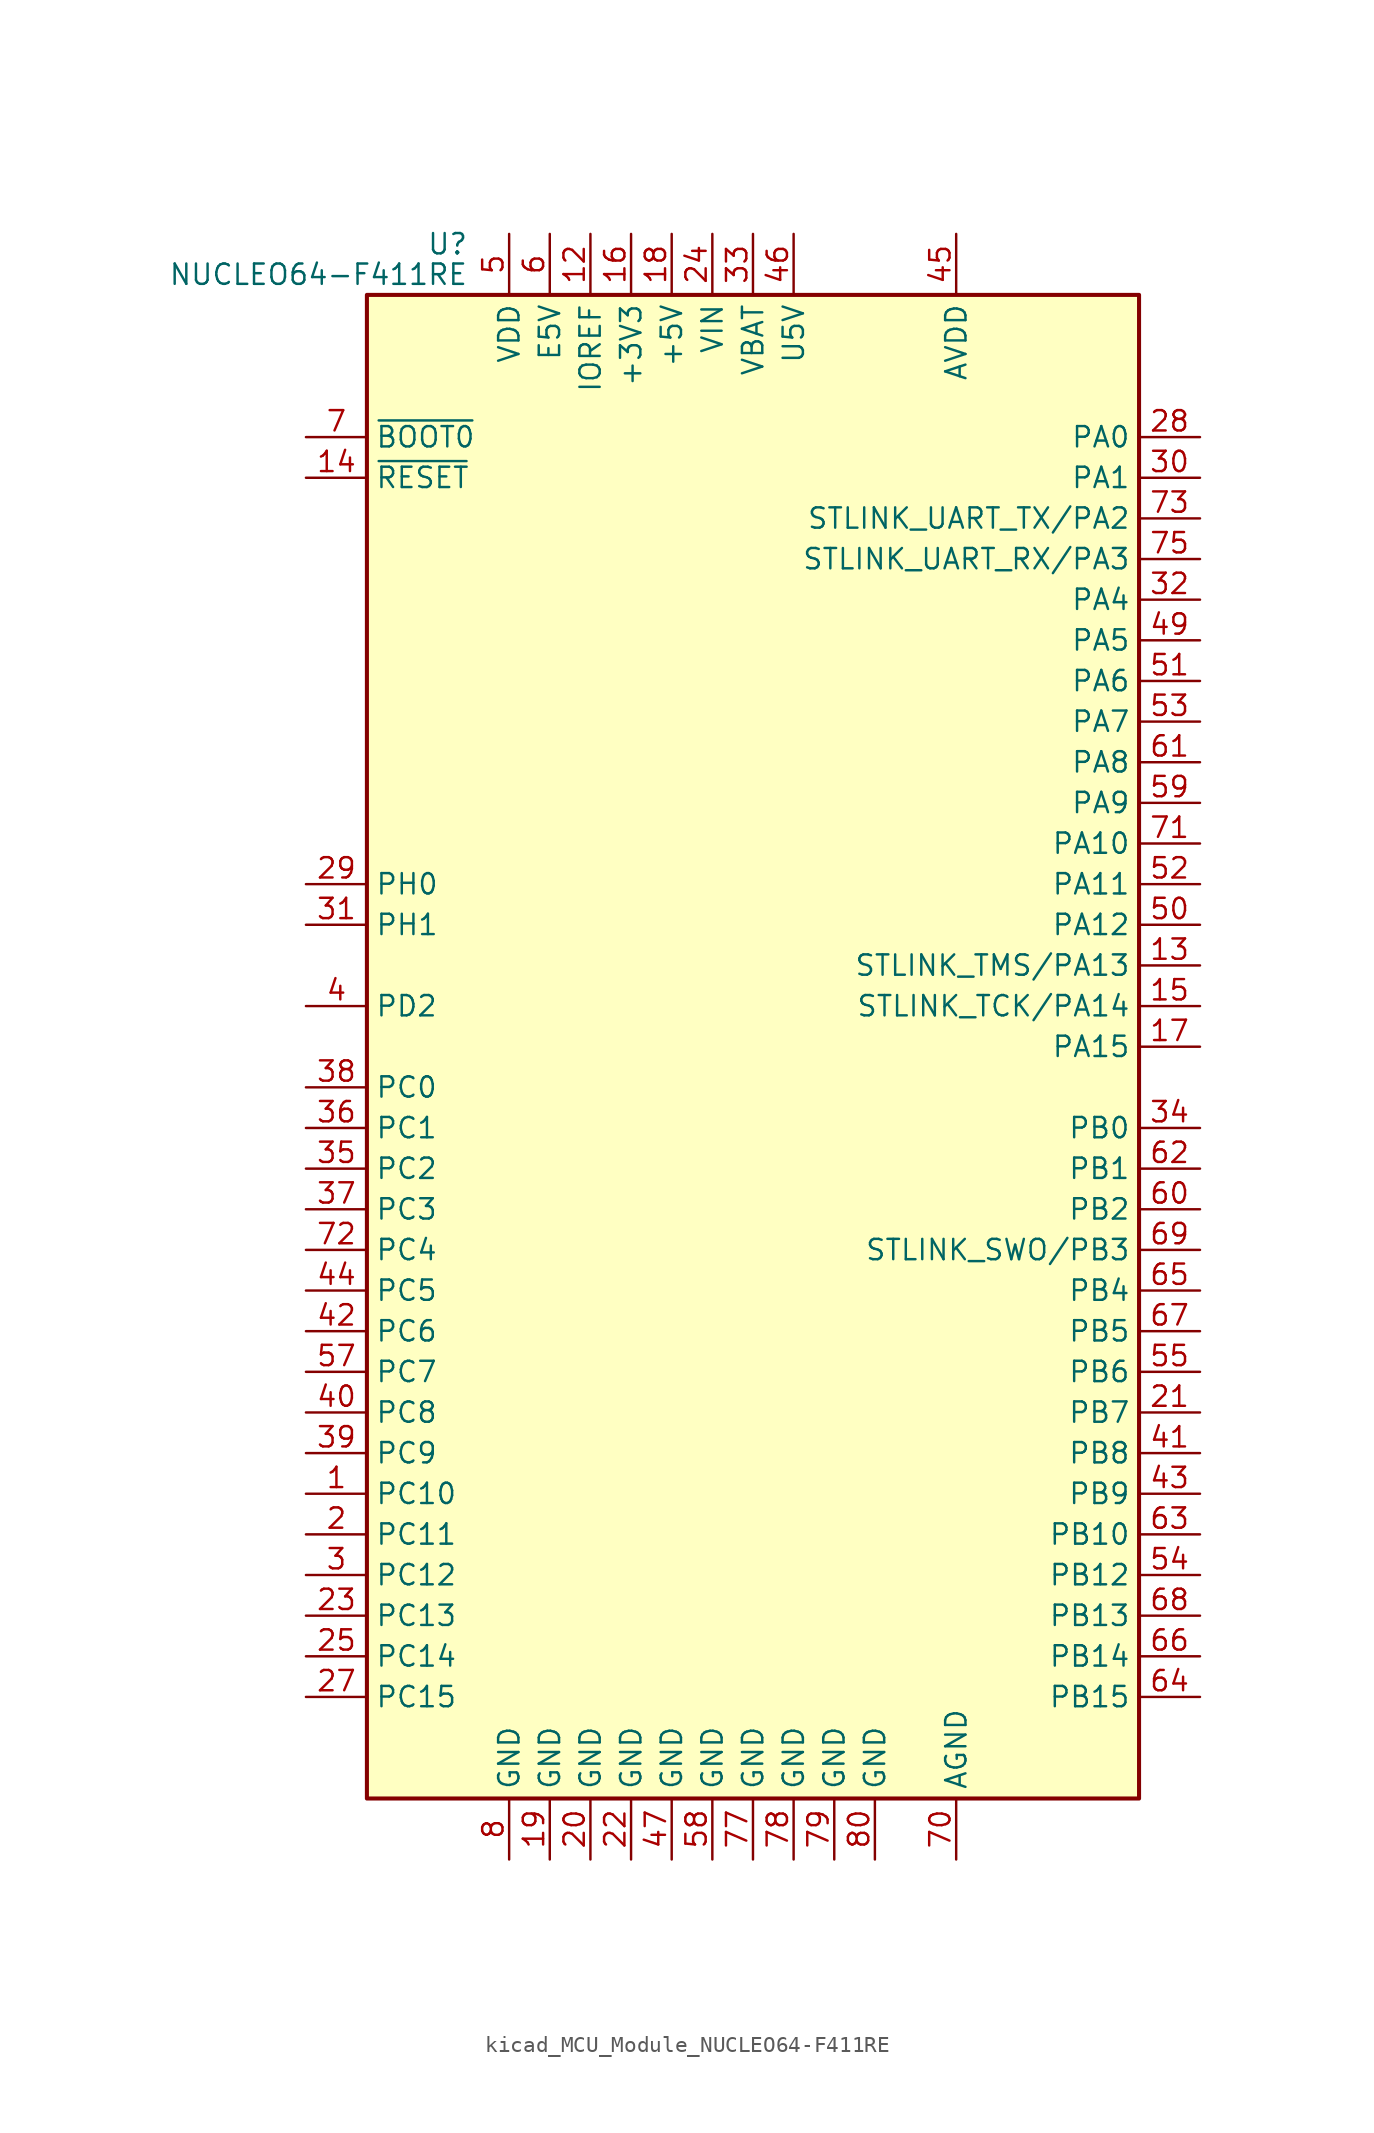
<source format=kicad_sym>
(kicad_symbol_lib
  (version 20220914)
  (generator kicad_symbol_editor)
  (symbol "kicad_MCU_Module_NUCLEO64-F411RE"
    (property "Reference" "U"
      (at -17.78 50.165 0)
      (effects (font (size 1.27 1.27)) (justify right)))
    (property "Value" "NUCLEO64-F411RE"
      (at -17.78 48.26 0)
      (effects (font (size 1.27 1.27)) (justify right)))
    (symbol "kicad_MCU_Module_NUCLEO64-F411RE_0_1"
      (rectangle (start -24.13 -46.99) (end 24.13 46.99) (stroke (width 0.254) (type default)) (fill (type background))))
    (symbol "kicad_MCU_Module_NUCLEO64-F411RE_1_1"
      (pin bidirectional line (at -27.94 -27.94 0) (length 3.81) (name "PC10" (effects (font (size 1.27 1.27)))) (number "1" (effects (font (size 1.27 1.27)))))
      (pin no_connect line (at -24.13 20.32 0) (length 3.81) hide (name "NC" (effects (font (size 1.27 1.27)))) (number "10" (effects (font (size 1.27 1.27)))))
      (pin no_connect line (at -24.13 15.24 0) (length 3.81) hide (name "NC" (effects (font (size 1.27 1.27)))) (number "11" (effects (font (size 1.27 1.27)))))
      (pin power_in line (at -10.16 50.8 270) (length 3.81) (name "IOREF" (effects (font (size 1.27 1.27)))) (number "12" (effects (font (size 1.27 1.27)))))
      (pin bidirectional line (at 27.94 5.08 180) (length 3.81) (name "STLINK_TMS/PA13" (effects (font (size 1.27 1.27)))) (number "13" (effects (font (size 1.27 1.27)))))
      (pin input line (at -27.94 35.56 0) (length 3.81) (name "~{RESET}" (effects (font (size 1.27 1.27)))) (number "14" (effects (font (size 1.27 1.27)))))
      (pin bidirectional line (at 27.94 2.54 180) (length 3.81) (name "STLINK_TCK/PA14" (effects (font (size 1.27 1.27)))) (number "15" (effects (font (size 1.27 1.27)))))
      (pin power_in line (at -7.62 50.8 270) (length 3.81) (name "+3V3" (effects (font (size 1.27 1.27)))) (number "16" (effects (font (size 1.27 1.27)))))
      (pin bidirectional line (at 27.94 0 180) (length 3.81) (name "PA15" (effects (font (size 1.27 1.27)))) (number "17" (effects (font (size 1.27 1.27)))))
      (pin power_in line (at -5.08 50.8 270) (length 3.81) (name "+5V" (effects (font (size 1.27 1.27)))) (number "18" (effects (font (size 1.27 1.27)))))
      (pin power_in line (at -12.7 -50.8 90) (length 3.81) (name "GND" (effects (font (size 1.27 1.27)))) (number "19" (effects (font (size 1.27 1.27)))))
      (pin bidirectional line (at -27.94 -30.48 0) (length 3.81) (name "PC11" (effects (font (size 1.27 1.27)))) (number "2" (effects (font (size 1.27 1.27)))))
      (pin power_in line (at -10.16 -50.8 90) (length 3.81) (name "GND" (effects (font (size 1.27 1.27)))) (number "20" (effects (font (size 1.27 1.27)))))
      (pin bidirectional line (at 27.94 -22.86 180) (length 3.81) (name "PB7" (effects (font (size 1.27 1.27)))) (number "21" (effects (font (size 1.27 1.27)))))
      (pin power_in line (at -7.62 -50.8 90) (length 3.81) (name "GND" (effects (font (size 1.27 1.27)))) (number "22" (effects (font (size 1.27 1.27)))))
      (pin bidirectional line (at -27.94 -35.56 0) (length 3.81) (name "PC13" (effects (font (size 1.27 1.27)))) (number "23" (effects (font (size 1.27 1.27)))))
      (pin power_in line (at -2.54 50.8 270) (length 3.81) (name "VIN" (effects (font (size 1.27 1.27)))) (number "24" (effects (font (size 1.27 1.27)))))
      (pin bidirectional line (at -27.94 -38.1 0) (length 3.81) (name "PC14" (effects (font (size 1.27 1.27)))) (number "25" (effects (font (size 1.27 1.27)))))
      (pin no_connect line (at -24.13 22.86 0) (length 3.81) hide (name "NC" (effects (font (size 1.27 1.27)))) (number "26" (effects (font (size 1.27 1.27)))))
      (pin bidirectional line (at -27.94 -40.64 0) (length 3.81) (name "PC15" (effects (font (size 1.27 1.27)))) (number "27" (effects (font (size 1.27 1.27)))))
      (pin bidirectional line (at 27.94 38.1 180) (length 3.81) (name "PA0" (effects (font (size 1.27 1.27)))) (number "28" (effects (font (size 1.27 1.27)))))
      (pin bidirectional line (at -27.94 10.16 0) (length 3.81) (name "PH0" (effects (font (size 1.27 1.27)))) (number "29" (effects (font (size 1.27 1.27)))))
      (pin bidirectional line (at -27.94 -33.02 0) (length 3.81) (name "PC12" (effects (font (size 1.27 1.27)))) (number "3" (effects (font (size 1.27 1.27)))))
      (pin bidirectional line (at 27.94 35.56 180) (length 3.81) (name "PA1" (effects (font (size 1.27 1.27)))) (number "30" (effects (font (size 1.27 1.27)))))
      (pin bidirectional line (at -27.94 7.62 0) (length 3.81) (name "PH1" (effects (font (size 1.27 1.27)))) (number "31" (effects (font (size 1.27 1.27)))))
      (pin bidirectional line (at 27.94 27.94 180) (length 3.81) (name "PA4" (effects (font (size 1.27 1.27)))) (number "32" (effects (font (size 1.27 1.27)))))
      (pin power_in line (at 0 50.8 270) (length 3.81) (name "VBAT" (effects (font (size 1.27 1.27)))) (number "33" (effects (font (size 1.27 1.27)))))
      (pin bidirectional line (at 27.94 -5.08 180) (length 3.81) (name "PB0" (effects (font (size 1.27 1.27)))) (number "34" (effects (font (size 1.27 1.27)))))
      (pin bidirectional line (at -27.94 -7.62 0) (length 3.81) (name "PC2" (effects (font (size 1.27 1.27)))) (number "35" (effects (font (size 1.27 1.27)))))
      (pin bidirectional line (at -27.94 -5.08 0) (length 3.81) (name "PC1" (effects (font (size 1.27 1.27)))) (number "36" (effects (font (size 1.27 1.27)))))
      (pin bidirectional line (at -27.94 -10.16 0) (length 3.81) (name "PC3" (effects (font (size 1.27 1.27)))) (number "37" (effects (font (size 1.27 1.27)))))
      (pin bidirectional line (at -27.94 -2.54 0) (length 3.81) (name "PC0" (effects (font (size 1.27 1.27)))) (number "38" (effects (font (size 1.27 1.27)))))
      (pin bidirectional line (at -27.94 -25.4 0) (length 3.81) (name "PC9" (effects (font (size 1.27 1.27)))) (number "39" (effects (font (size 1.27 1.27)))))
      (pin bidirectional line (at -27.94 2.54 0) (length 3.81) (name "PD2" (effects (font (size 1.27 1.27)))) (number "4" (effects (font (size 1.27 1.27)))))
      (pin bidirectional line (at -27.94 -22.86 0) (length 3.81) (name "PC8" (effects (font (size 1.27 1.27)))) (number "40" (effects (font (size 1.27 1.27)))))
      (pin bidirectional line (at 27.94 -25.4 180) (length 3.81) (name "PB8" (effects (font (size 1.27 1.27)))) (number "41" (effects (font (size 1.27 1.27)))))
      (pin bidirectional line (at -27.94 -17.78 0) (length 3.81) (name "PC6" (effects (font (size 1.27 1.27)))) (number "42" (effects (font (size 1.27 1.27)))))
      (pin bidirectional line (at 27.94 -27.94 180) (length 3.81) (name "PB9" (effects (font (size 1.27 1.27)))) (number "43" (effects (font (size 1.27 1.27)))))
      (pin bidirectional line (at -27.94 -15.24 0) (length 3.81) (name "PC5" (effects (font (size 1.27 1.27)))) (number "44" (effects (font (size 1.27 1.27)))))
      (pin power_in line (at 12.7 50.8 270) (length 3.81) (name "AVDD" (effects (font (size 1.27 1.27)))) (number "45" (effects (font (size 1.27 1.27)))))
      (pin power_in line (at 2.54 50.8 270) (length 3.81) (name "U5V" (effects (font (size 1.27 1.27)))) (number "46" (effects (font (size 1.27 1.27)))))
      (pin power_in line (at -5.08 -50.8 90) (length 3.81) (name "GND" (effects (font (size 1.27 1.27)))) (number "47" (effects (font (size 1.27 1.27)))))
      (pin no_connect line (at -24.13 25.4 0) (length 3.81) hide (name "NC" (effects (font (size 1.27 1.27)))) (number "48" (effects (font (size 1.27 1.27)))))
      (pin bidirectional line (at 27.94 25.4 180) (length 3.81) (name "PA5" (effects (font (size 1.27 1.27)))) (number "49" (effects (font (size 1.27 1.27)))))
      (pin power_in line (at -15.24 50.8 270) (length 3.81) (name "VDD" (effects (font (size 1.27 1.27)))) (number "5" (effects (font (size 1.27 1.27)))))
      (pin bidirectional line (at 27.94 7.62 180) (length 3.81) (name "PA12" (effects (font (size 1.27 1.27)))) (number "50" (effects (font (size 1.27 1.27)))))
      (pin bidirectional line (at 27.94 22.86 180) (length 3.81) (name "PA6" (effects (font (size 1.27 1.27)))) (number "51" (effects (font (size 1.27 1.27)))))
      (pin bidirectional line (at 27.94 10.16 180) (length 3.81) (name "PA11" (effects (font (size 1.27 1.27)))) (number "52" (effects (font (size 1.27 1.27)))))
      (pin bidirectional line (at 27.94 20.32 180) (length 3.81) (name "PA7" (effects (font (size 1.27 1.27)))) (number "53" (effects (font (size 1.27 1.27)))))
      (pin bidirectional line (at 27.94 -33.02 180) (length 3.81) (name "PB12" (effects (font (size 1.27 1.27)))) (number "54" (effects (font (size 1.27 1.27)))))
      (pin bidirectional line (at 27.94 -20.32 180) (length 3.81) (name "PB6" (effects (font (size 1.27 1.27)))) (number "55" (effects (font (size 1.27 1.27)))))
      (pin no_connect line (at -24.13 33.02 0) (length 3.81) hide (name "NC" (effects (font (size 1.27 1.27)))) (number "56" (effects (font (size 1.27 1.27)))))
      (pin bidirectional line (at -27.94 -20.32 0) (length 3.81) (name "PC7" (effects (font (size 1.27 1.27)))) (number "57" (effects (font (size 1.27 1.27)))))
      (pin power_in line (at -2.54 -50.8 90) (length 3.81) (name "GND" (effects (font (size 1.27 1.27)))) (number "58" (effects (font (size 1.27 1.27)))))
      (pin bidirectional line (at 27.94 15.24 180) (length 3.81) (name "PA9" (effects (font (size 1.27 1.27)))) (number "59" (effects (font (size 1.27 1.27)))))
      (pin power_in line (at -12.7 50.8 270) (length 3.81) (name "E5V" (effects (font (size 1.27 1.27)))) (number "6" (effects (font (size 1.27 1.27)))))
      (pin bidirectional line (at 27.94 -10.16 180) (length 3.81) (name "PB2" (effects (font (size 1.27 1.27)))) (number "60" (effects (font (size 1.27 1.27)))))
      (pin bidirectional line (at 27.94 17.78 180) (length 3.81) (name "PA8" (effects (font (size 1.27 1.27)))) (number "61" (effects (font (size 1.27 1.27)))))
      (pin bidirectional line (at 27.94 -7.62 180) (length 3.81) (name "PB1" (effects (font (size 1.27 1.27)))) (number "62" (effects (font (size 1.27 1.27)))))
      (pin bidirectional line (at 27.94 -30.48 180) (length 3.81) (name "PB10" (effects (font (size 1.27 1.27)))) (number "63" (effects (font (size 1.27 1.27)))))
      (pin bidirectional line (at 27.94 -40.64 180) (length 3.81) (name "PB15" (effects (font (size 1.27 1.27)))) (number "64" (effects (font (size 1.27 1.27)))))
      (pin bidirectional line (at 27.94 -15.24 180) (length 3.81) (name "PB4" (effects (font (size 1.27 1.27)))) (number "65" (effects (font (size 1.27 1.27)))))
      (pin bidirectional line (at 27.94 -38.1 180) (length 3.81) (name "PB14" (effects (font (size 1.27 1.27)))) (number "66" (effects (font (size 1.27 1.27)))))
      (pin bidirectional line (at 27.94 -17.78 180) (length 3.81) (name "PB5" (effects (font (size 1.27 1.27)))) (number "67" (effects (font (size 1.27 1.27)))))
      (pin bidirectional line (at 27.94 -35.56 180) (length 3.81) (name "PB13" (effects (font (size 1.27 1.27)))) (number "68" (effects (font (size 1.27 1.27)))))
      (pin bidirectional line (at 27.94 -12.7 180) (length 3.81) (name "STLINK_SWO/PB3" (effects (font (size 1.27 1.27)))) (number "69" (effects (font (size 1.27 1.27)))))
      (pin input line (at -27.94 38.1 0) (length 3.81) (name "~{BOOT0}" (effects (font (size 1.27 1.27)))) (number "7" (effects (font (size 1.27 1.27)))))
      (pin power_in line (at 12.7 -50.8 90) (length 3.81) (name "AGND" (effects (font (size 1.27 1.27)))) (number "70" (effects (font (size 1.27 1.27)))))
      (pin bidirectional line (at 27.94 12.7 180) (length 3.81) (name "PA10" (effects (font (size 1.27 1.27)))) (number "71" (effects (font (size 1.27 1.27)))))
      (pin bidirectional line (at -27.94 -12.7 0) (length 3.81) (name "PC4" (effects (font (size 1.27 1.27)))) (number "72" (effects (font (size 1.27 1.27)))))
      (pin bidirectional line (at 27.94 33.02 180) (length 3.81) (name "STLINK_UART_TX/PA2" (effects (font (size 1.27 1.27)))) (number "73" (effects (font (size 1.27 1.27)))))
      (pin no_connect line (at -24.13 30.48 0) (length 3.81) hide (name "NC" (effects (font (size 1.27 1.27)))) (number "74" (effects (font (size 1.27 1.27)))))
      (pin bidirectional line (at 27.94 30.48 180) (length 3.81) (name "STLINK_UART_RX/PA3" (effects (font (size 1.27 1.27)))) (number "75" (effects (font (size 1.27 1.27)))))
      (pin no_connect line (at -24.13 27.94 0) (length 3.81) hide (name "NC" (effects (font (size 1.27 1.27)))) (number "76" (effects (font (size 1.27 1.27)))))
      (pin power_in line (at 0 -50.8 90) (length 3.81) (name "GND" (effects (font (size 1.27 1.27)))) (number "77" (effects (font (size 1.27 1.27)))))
      (pin power_in line (at 2.54 -50.8 90) (length 3.81) (name "GND" (effects (font (size 1.27 1.27)))) (number "78" (effects (font (size 1.27 1.27)))))
      (pin power_in line (at 5.08 -50.8 90) (length 3.81) (name "GND" (effects (font (size 1.27 1.27)))) (number "79" (effects (font (size 1.27 1.27)))))
      (pin power_in line (at -15.24 -50.8 90) (length 3.81) (name "GND" (effects (font (size 1.27 1.27)))) (number "8" (effects (font (size 1.27 1.27)))))
      (pin power_in line (at 7.62 -50.8 90) (length 3.81) (name "GND" (effects (font (size 1.27 1.27)))) (number "80" (effects (font (size 1.27 1.27)))))
      (pin no_connect line (at -24.13 17.78 0) (length 3.81) hide (name "NC" (effects (font (size 1.27 1.27)))) (number "9" (effects (font (size 1.27 1.27))))))))
</source>
